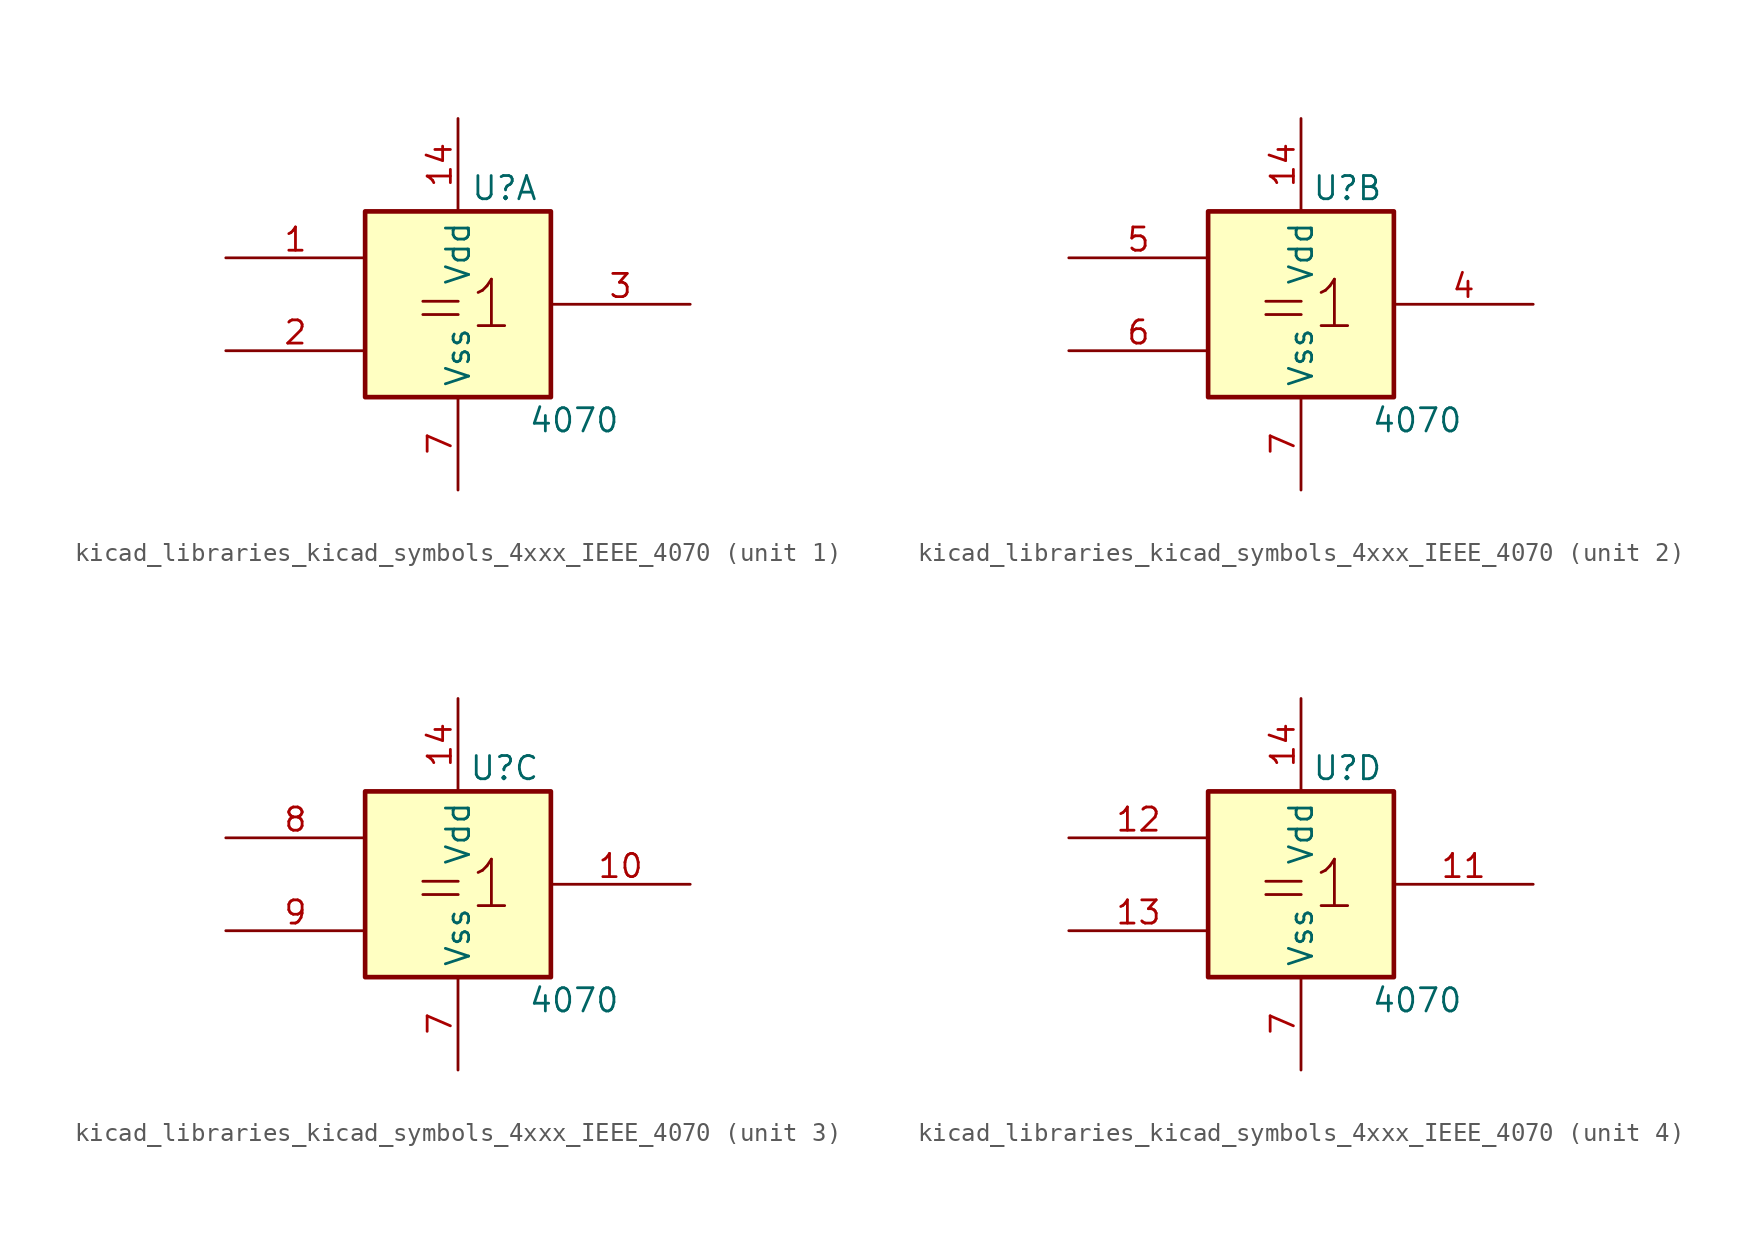
<source format=kicad_sym>
(kicad_symbol_lib
  (version 20220914)
  (generator kicad_symbol_editor)
  (symbol "kicad_libraries_kicad_symbols_4xxx_IEEE_4070"
    (property "Reference" "U"
      (at 2.54 6.35 0)
      (effects (font (size 1.27 1.27))))
    (property "Value" "4070"
      (at 6.35 -6.35 0)
      (effects (font (size 1.27 1.27))))
    (symbol "kicad_libraries_kicad_symbols_4xxx_IEEE_4070_0_0"
      (rectangle (start -5.08 5.08) (end 5.08 -5.08) (stroke (width 0.254) (type default)) (fill (type background)))
      (text "=1" (at 0.254 0 0) (effects (font (size 2.54 2.54))))
      (pin power_in line (at 0 10.16 270) (length 5.08) (name "Vdd" (effects (font (size 1.27 1.27)))) (number "14" (effects (font (size 1.27 1.27)))))
      (pin power_in line (at 0 -10.16 90) (length 5.08) (name "Vss" (effects (font (size 1.27 1.27)))) (number "7" (effects (font (size 1.27 1.27))))))
    (symbol "kicad_libraries_kicad_symbols_4xxx_IEEE_4070_1_1"
      (pin input line (at -12.7 2.54 0) (length 7.62) (name "~" (effects (font (size 1.27 1.27)))) (number "1" (effects (font (size 1.27 1.27)))))
      (pin input line (at -12.7 -2.54 0) (length 7.62) (name "~" (effects (font (size 1.27 1.27)))) (number "2" (effects (font (size 1.27 1.27)))))
      (pin output line (at 12.7 0 180) (length 7.62) (name "~" (effects (font (size 1.27 1.27)))) (number "3" (effects (font (size 1.27 1.27))))))
    (symbol "kicad_libraries_kicad_symbols_4xxx_IEEE_4070_2_1"
      (pin output line (at 12.7 0 180) (length 7.62) (name "~" (effects (font (size 1.27 1.27)))) (number "4" (effects (font (size 1.27 1.27)))))
      (pin input line (at -12.7 2.54 0) (length 7.62) (name "~" (effects (font (size 1.27 1.27)))) (number "5" (effects (font (size 1.27 1.27)))))
      (pin input line (at -12.7 -2.54 0) (length 7.62) (name "~" (effects (font (size 1.27 1.27)))) (number "6" (effects (font (size 1.27 1.27))))))
    (symbol "kicad_libraries_kicad_symbols_4xxx_IEEE_4070_3_1"
      (pin output line (at 12.7 0 180) (length 7.62) (name "~" (effects (font (size 1.27 1.27)))) (number "10" (effects (font (size 1.27 1.27)))))
      (pin input line (at -12.7 2.54 0) (length 7.62) (name "~" (effects (font (size 1.27 1.27)))) (number "8" (effects (font (size 1.27 1.27)))))
      (pin input line (at -12.7 -2.54 0) (length 7.62) (name "~" (effects (font (size 1.27 1.27)))) (number "9" (effects (font (size 1.27 1.27))))))
    (symbol "kicad_libraries_kicad_symbols_4xxx_IEEE_4070_4_1"
      (pin output line (at 12.7 0 180) (length 7.62) (name "~" (effects (font (size 1.27 1.27)))) (number "11" (effects (font (size 1.27 1.27)))))
      (pin input line (at -12.7 2.54 0) (length 7.62) (name "~" (effects (font (size 1.27 1.27)))) (number "12" (effects (font (size 1.27 1.27)))))
      (pin input line (at -12.7 -2.54 0) (length 7.62) (name "~" (effects (font (size 1.27 1.27)))) (number "13" (effects (font (size 1.27 1.27))))))))
</source>
